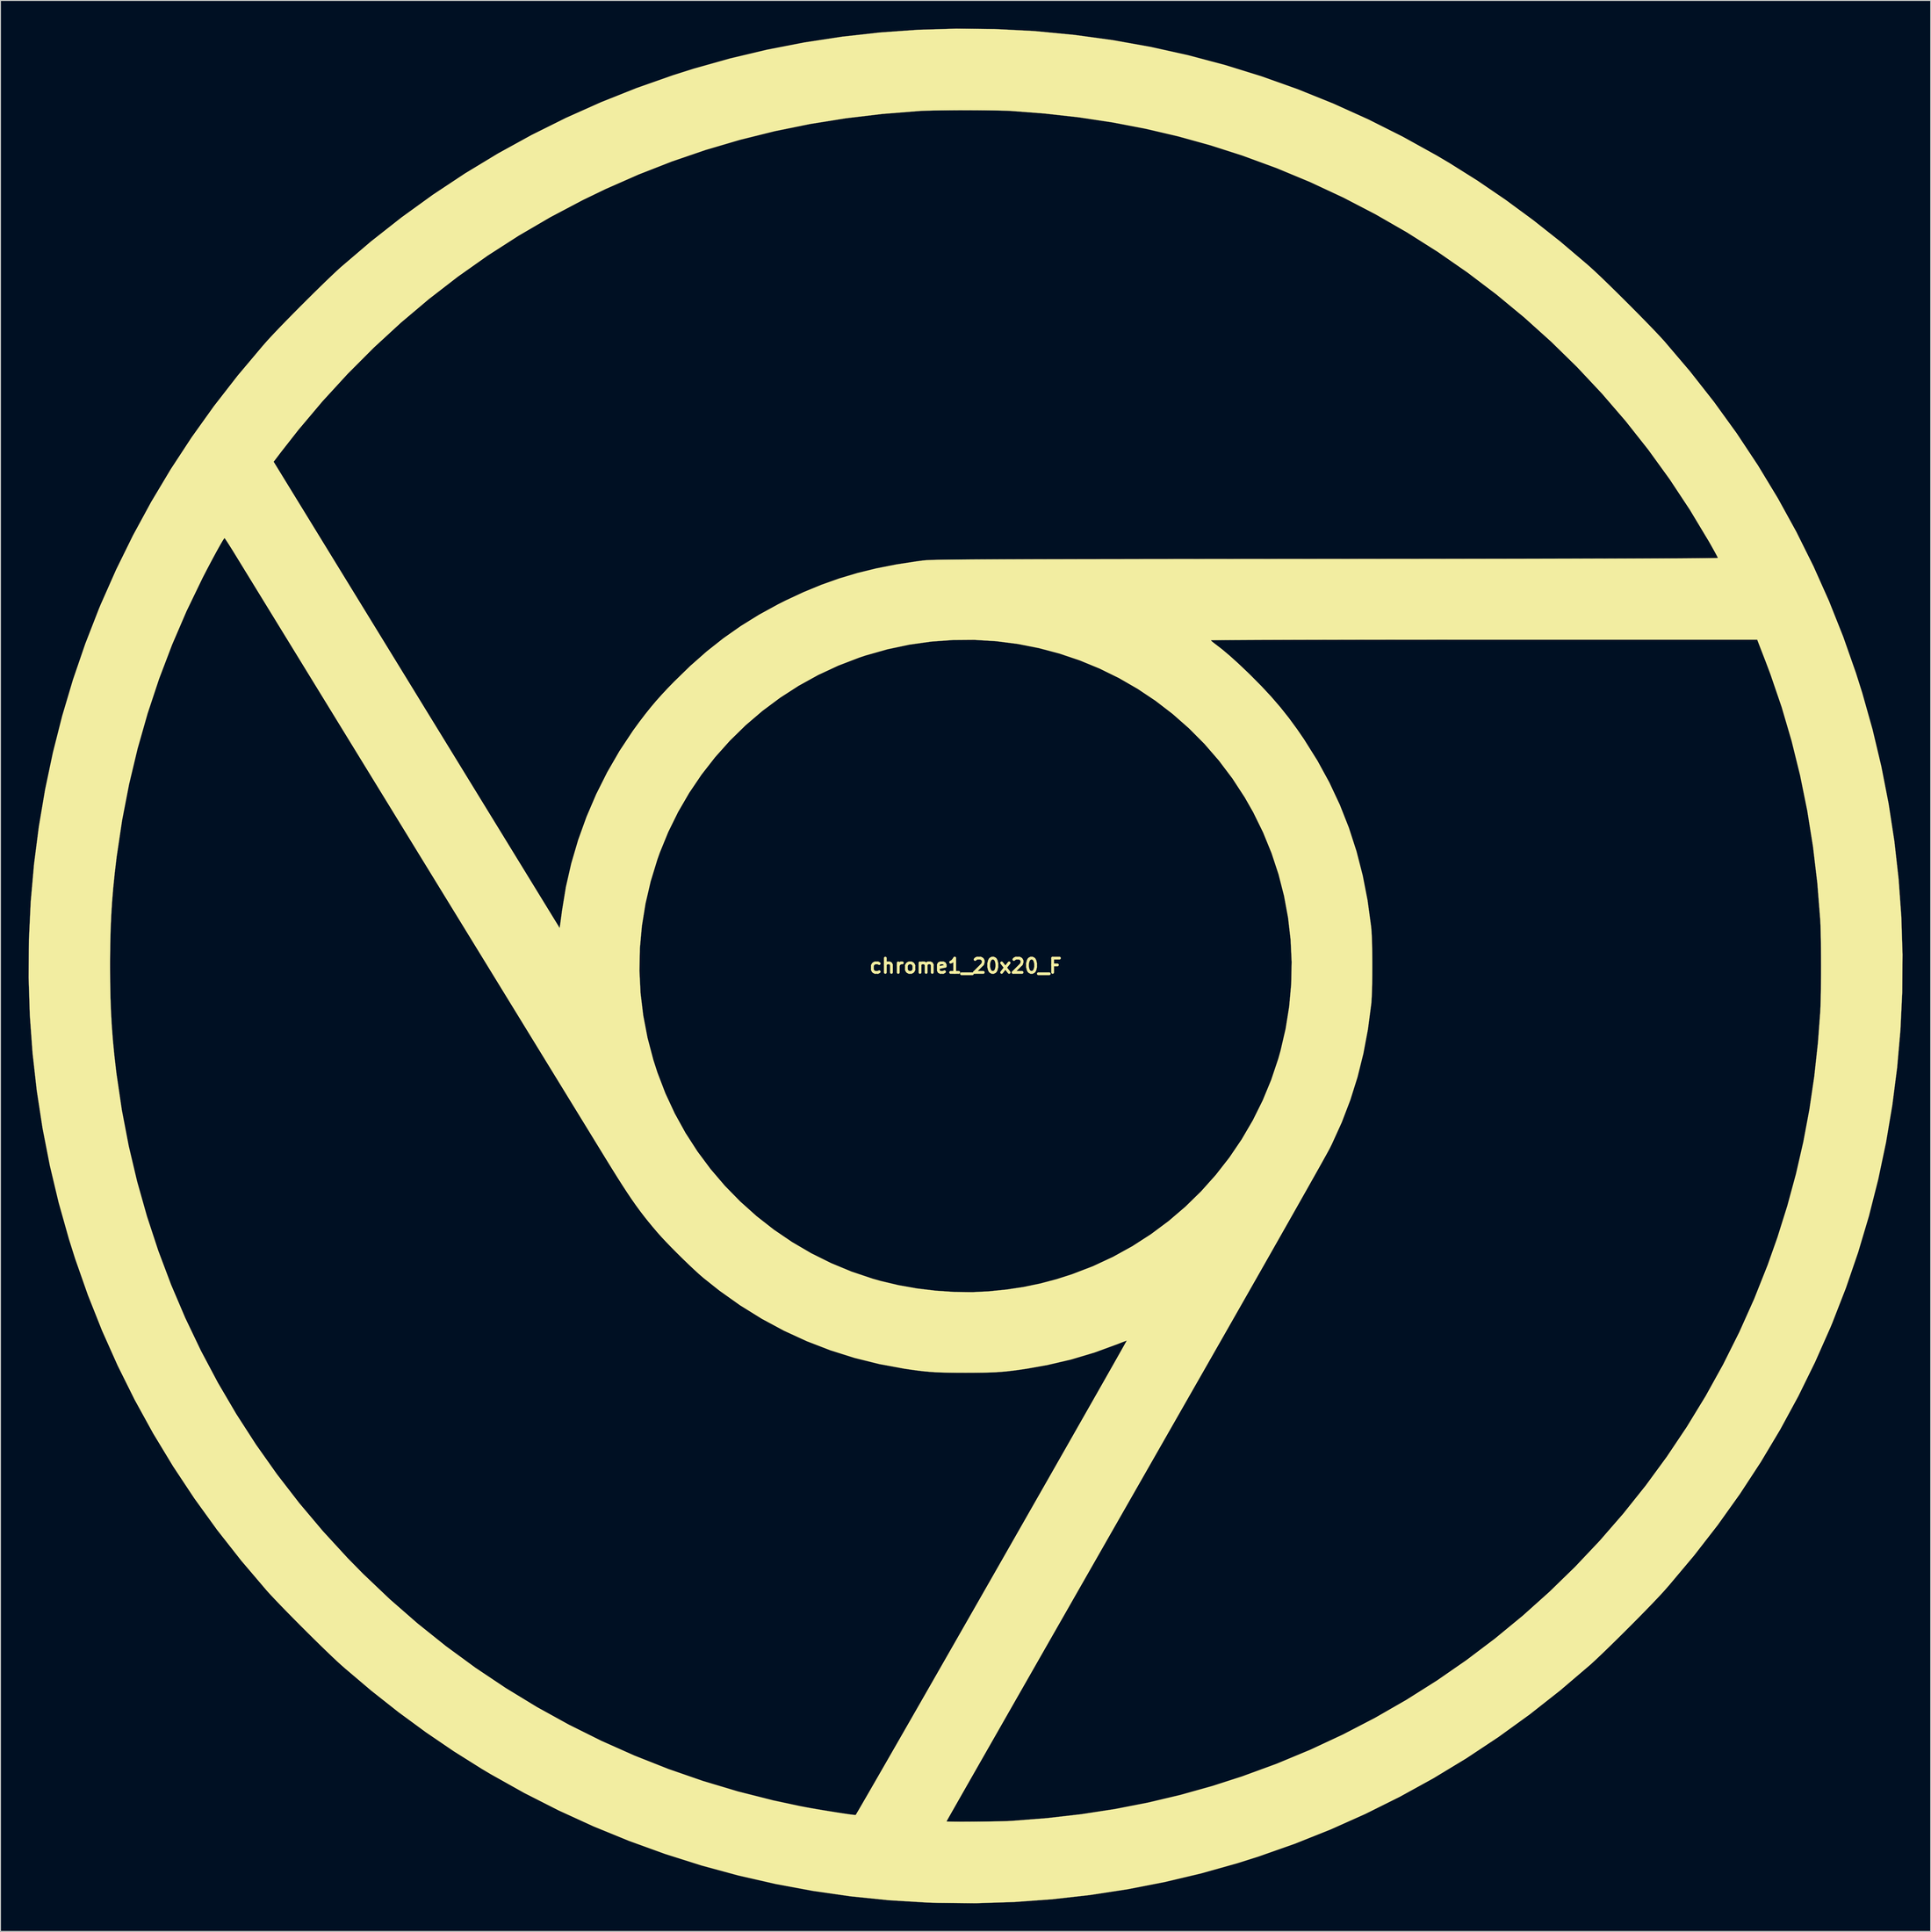
<source format=kicad_pcb>
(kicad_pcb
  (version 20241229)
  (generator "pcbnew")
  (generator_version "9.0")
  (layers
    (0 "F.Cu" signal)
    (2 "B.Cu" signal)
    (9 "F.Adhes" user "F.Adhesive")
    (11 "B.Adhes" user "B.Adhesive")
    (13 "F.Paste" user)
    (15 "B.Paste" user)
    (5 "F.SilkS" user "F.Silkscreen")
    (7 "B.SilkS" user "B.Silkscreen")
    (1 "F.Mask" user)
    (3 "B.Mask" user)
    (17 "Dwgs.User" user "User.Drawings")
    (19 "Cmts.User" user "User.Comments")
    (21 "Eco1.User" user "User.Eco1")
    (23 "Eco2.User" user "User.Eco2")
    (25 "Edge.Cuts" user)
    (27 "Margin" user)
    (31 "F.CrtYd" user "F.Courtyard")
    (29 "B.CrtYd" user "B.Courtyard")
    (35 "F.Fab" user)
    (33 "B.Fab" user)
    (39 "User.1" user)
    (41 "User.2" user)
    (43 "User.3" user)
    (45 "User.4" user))
  (footprint "chrome1_20x20_F"
    (layer "F.Cu")
    (at 99.968 99.974)
    (property "Reference" "chrome1_20x20_F" (at 0 0 0) (layer "F.SilkS") (effects (font (size 1.524 1.524) (thickness 0.3))))
    (attr through_hole)
    (fp_poly (pts (xy 3.072 -99.928) (xy 7.143 -99.721) (xy 7.535 -99.692) (xy 11.649 -99.298) (xy 15.724 -98.74) (xy 19.759 -98.018) (xy 23.75 -97.133) (xy 27.696 -96.085) (xy 31.593 -94.876) (xy 35.44 -93.506) (xy 39.233 -91.976) (xy 42.969 -90.288) (xy 46.647 -88.441) (xy 50.264 -86.437) (xy 51.604 -85.645) (xy 54.605 -83.76) (xy 57.595 -81.723) (xy 60.552 -79.55) (xy 63.453 -77.258) (xy 66.275 -74.863) (xy 66.633 -74.547) (xy 67.052 -74.166) (xy 67.569 -73.681) (xy 68.166 -73.11) (xy 68.823 -72.471) (xy 69.524 -71.783) (xy 70.25 -71.064) (xy 70.983 -70.332) (xy 71.705 -69.605) (xy 72.396 -68.901) (xy 73.041 -68.238) (xy 73.619 -67.636) (xy 74.113 -67.111) (xy 74.505 -66.682) (xy 74.549 -66.633) (xy 77.273 -63.435) (xy 79.847 -60.16) (xy 82.271 -56.808) (xy 84.543 -53.38) (xy 86.665 -49.876) (xy 88.635 -46.297) (xy 90.453 -42.644) (xy 92.119 -38.917) (xy 93.632 -35.117) (xy 94.992 -31.245) (xy 95.663 -29.125) (xy 96.764 -25.219) (xy 97.702 -21.275) (xy 98.478 -17.302) (xy 99.092 -13.304) (xy 99.543 -9.288) (xy 99.834 -5.26) (xy 99.963 -1.226) (xy 99.931 2.809) (xy 99.739 6.837) (xy 99.386 10.853) (xy 98.873 14.851) (xy 98.201 18.825) (xy 97.369 22.768) (xy 96.378 26.675) (xy 95.228 30.54) (xy 93.919 34.356) (xy 92.453 38.118) (xy 92.285 38.521) (xy 90.631 42.256) (xy 88.84 45.899) (xy 86.909 49.453) (xy 84.834 52.923) (xy 82.614 56.315) (xy 80.245 59.634) (xy 77.723 62.883) (xy 75.045 66.069) (xy 74.55 66.633) (xy 74.176 67.044) (xy 73.697 67.554) (xy 73.132 68.145) (xy 72.498 68.798) (xy 71.814 69.495) (xy 71.097 70.218) (xy 70.366 70.949) (xy 69.638 71.671) (xy 68.933 72.364) (xy 68.267 73.011) (xy 67.66 73.594) (xy 67.128 74.095) (xy 66.691 74.495) (xy 66.633 74.547) (xy 63.449 77.262) (xy 60.184 79.831) (xy 56.836 82.251) (xy 53.409 84.523) (xy 49.903 86.645) (xy 46.319 88.618) (xy 42.658 90.44) (xy 38.922 92.11) (xy 35.111 93.629) (xy 31.227 94.996) (xy 28.998 95.701) (xy 25.142 96.784) (xy 21.227 97.712) (xy 17.263 98.483) (xy 13.259 99.095) (xy 9.225 99.548) (xy 5.171 99.839) (xy 1.106 99.969) (xy -2.958 99.935) (xy -4.064 99.897) (xy -8.158 99.651) (xy -12.228 99.238) (xy -16.27 98.659) (xy -20.278 97.915) (xy -24.25 97.009) (xy -28.181 95.941) (xy -32.066 94.712) (xy -35.902 93.323) (xy -39.684 91.777) (xy -40.859 91.24) (xy -2.032 91.24) (xy -1.951 91.253) (xy -1.722 91.262) (xy -1.365 91.269) (xy -0.904 91.273) (xy -0.357 91.274) (xy 0.253 91.272) (xy 0.905 91.268) (xy 1.578 91.262) (xy 2.251 91.254) (xy 2.903 91.244) (xy 3.512 91.232) (xy 4.057 91.219) (xy 4.517 91.204) (xy 4.872 91.188) (xy 4.911 91.186) (xy 8.677 90.894) (xy 12.343 90.474) (xy 15.927 89.924) (xy 19.443 89.24) (xy 22.907 88.42) (xy 26.335 87.461) (xy 29.504 86.441) (xy 33.169 85.099) (xy 36.758 83.607) (xy 40.268 81.97) (xy 43.695 80.191) (xy 47.034 78.274) (xy 50.283 76.223) (xy 53.437 74.041) (xy 56.494 71.732) (xy 59.448 69.301) (xy 62.296 66.75) (xy 65.035 64.084) (xy 67.66 61.307) (xy 70.168 58.421) (xy 72.556 55.432) (xy 74.819 52.342) (xy 76.954 49.156) (xy 78.957 45.877) (xy 80.824 42.509) (xy 82.551 39.056) (xy 84.135 35.521) (xy 85.572 31.909) (xy 86.617 28.956) (xy 87.678 25.572) (xy 88.598 22.182) (xy 89.381 18.767) (xy 90.03 15.308) (xy 90.549 11.785) (xy 90.941 8.178) (xy 91.186 4.899) (xy 91.212 4.334) (xy 91.234 3.629) (xy 91.251 2.811) (xy 91.262 1.91) (xy 91.27 0.952) (xy 91.272 -0.033) (xy 91.269 -1.017) (xy 91.262 -1.972) (xy 91.25 -2.869) (xy 91.232 -3.68) (xy 91.211 -4.377) (xy 91.186 -4.899) (xy 90.873 -8.857) (xy 90.411 -12.75) (xy 89.799 -16.574) (xy 89.038 -20.326) (xy 88.129 -24.003) (xy 87.073 -27.601) (xy 85.87 -31.118) (xy 85.344 -32.512) (xy 85.147 -33.02) (xy 84.962 -33.498) (xy 84.801 -33.913) (xy 84.677 -34.236) (xy 84.601 -34.433) (xy 84.599 -34.438) (xy 84.461 -34.798) (xy 55.311 -34.798) (xy 53.1 -34.798) (xy 50.933 -34.797) (xy 48.816 -34.796) (xy 46.754 -34.795) (xy 44.755 -34.794) (xy 42.824 -34.792) (xy 40.967 -34.79) (xy 39.19 -34.787) (xy 37.5 -34.785) (xy 35.903 -34.782) (xy 34.405 -34.779) (xy 33.011 -34.775) (xy 31.728 -34.772) (xy 30.562 -34.768) (xy 29.52 -34.764) (xy 28.606 -34.76) (xy 27.829 -34.756) (xy 27.192 -34.751) (xy 26.703 -34.747) (xy 26.368 -34.742) (xy 26.193 -34.737) (xy 26.167 -34.734) (xy 26.233 -34.657) (xy 26.402 -34.512) (xy 26.638 -34.331) (xy 26.654 -34.319) (xy 27.379 -33.76) (xy 28.181 -33.084) (xy 29.066 -32.287) (xy 30.043 -31.362) (xy 30.425 -30.989) (xy 31.584 -29.82) (xy 32.627 -28.698) (xy 33.585 -27.586) (xy 34.491 -26.447) (xy 35.374 -25.242) (xy 36.108 -24.172) (xy 37.538 -21.893) (xy 38.811 -19.566) (xy 39.928 -17.184) (xy 40.892 -14.741) (xy 41.705 -12.231) (xy 42.369 -9.648) (xy 42.888 -6.985) (xy 43.262 -4.236) (xy 43.28 -4.064) (xy 43.316 -3.618) (xy 43.345 -3.019) (xy 43.368 -2.286) (xy 43.383 -1.434) (xy 43.391 -0.481) (xy 43.392 0) (xy 43.388 0.995) (xy 43.376 1.896) (xy 43.357 2.688) (xy 43.33 3.352) (xy 43.298 3.873) (xy 43.28 4.064) (xy 42.926 6.757) (xy 42.438 9.353) (xy 41.812 11.865) (xy 41.045 14.303) (xy 40.135 16.679) (xy 39.078 19.003) (xy 38.865 19.431) (xy 38.756 19.637) (xy 38.566 19.984) (xy 38.299 20.465) (xy 37.96 21.074) (xy 37.55 21.805) (xy 37.073 22.652) (xy 36.535 23.608) (xy 35.936 24.667) (xy 35.283 25.822) (xy 34.577 27.068) (xy 33.822 28.399) (xy 33.023 29.807) (xy 32.182 31.287) (xy 31.304 32.832) (xy 30.391 34.436) (xy 29.447 36.093) (xy 28.476 37.796) (xy 27.482 39.54) (xy 26.467 41.317) (xy 25.573 42.884) (xy 23.723 46.121) (xy 21.956 49.214) (xy 20.27 52.166) (xy 18.662 54.981) (xy 17.131 57.661) (xy 15.674 60.21) (xy 14.292 62.631) (xy 12.98 64.927) (xy 11.738 67.101) (xy 10.565 69.156) (xy 9.457 71.095) (xy 8.413 72.922) (xy 7.432 74.64) (xy 6.512 76.252) (xy 5.65 77.76) (xy 4.846 79.169) (xy 4.097 80.48) (xy 3.402 81.699) (xy 2.758 82.826) (xy 2.164 83.867) (xy 1.618 84.823) (xy 1.119 85.698) (xy 0.664 86.495) (xy 0.252 87.217) (xy -0.119 87.868) (xy -0.451 88.45) (xy -0.745 88.967) (xy -1.004 89.422) (xy -1.229 89.818) (xy -1.423 90.157) (xy -1.585 90.444) (xy -1.72 90.681) (xy -1.828 90.872) (xy -1.911 91.02) (xy -1.971 91.127) (xy -2.01 91.197) (xy -2.029 91.233) (xy -2.032 91.24) (xy -40.859 91.24) (xy -43.408 90.074) (xy -47.071 88.215) (xy -50.667 86.202) (xy -51.604 85.645) (xy -54.594 83.767) (xy -57.574 81.738) (xy -60.52 79.575) (xy -63.409 77.294) (xy -66.219 74.912) (xy -66.633 74.547) (xy -67.054 74.164) (xy -67.572 73.678) (xy -68.169 73.106) (xy -68.826 72.468) (xy -69.527 71.781) (xy -70.252 71.063) (xy -70.984 70.332) (xy -71.704 69.606) (xy -72.395 68.904) (xy -73.038 68.243) (xy -73.615 67.641) (xy -74.108 67.118) (xy -74.499 66.689) (xy -74.55 66.633) (xy -77.279 63.427) (xy -79.856 60.147) (xy -82.281 56.791) (xy -84.554 53.362) (xy -86.676 49.858) (xy -88.645 46.28) (xy -90.462 42.627) (xy -92.126 38.901) (xy -93.638 35.102) (xy -94.998 31.229) (xy -95.663 29.125) (xy -96.764 25.219) (xy -97.702 21.275) (xy -98.478 17.302) (xy -99.092 13.304) (xy -99.543 9.288) (xy -99.834 5.26) (xy -99.963 1.226) (xy -99.953 0) (xy -91.275 0) (xy -91.264 1.766) (xy -91.231 3.403) (xy -91.173 4.951) (xy -91.088 6.451) (xy -90.973 7.94) (xy -90.827 9.46) (xy -90.645 11.049) (xy -90.588 11.515) (xy -90.018 15.378) (xy -89.286 19.2) (xy -88.392 22.978) (xy -87.339 26.707) (xy -86.13 30.381) (xy -84.767 33.998) (xy -83.251 37.551) (xy -81.585 41.037) (xy -79.772 44.451) (xy -77.813 47.788) (xy -75.711 51.045) (xy -73.468 54.216) (xy -71.086 57.298) (xy -68.567 60.285) (xy -65.914 63.173) (xy -64.282 64.833) (xy -61.433 67.541) (xy -58.482 70.116) (xy -55.432 72.557) (xy -52.288 74.859) (xy -49.054 77.022) (xy -45.736 79.043) (xy -42.337 80.919) (xy -38.863 82.647) (xy -35.316 84.227) (xy -31.702 85.655) (xy -28.026 86.928) (xy -24.291 88.046) (xy -20.503 89.004) (xy -17.653 89.613) (xy -17.147 89.709) (xy -16.568 89.814) (xy -15.938 89.924) (xy -15.28 90.036) (xy -14.617 90.145) (xy -13.97 90.249) (xy -13.364 90.343) (xy -12.82 90.425) (xy -12.361 90.49) (xy -12.01 90.534) (xy -11.788 90.556) (xy -11.726 90.555) (xy -11.678 90.481) (xy -11.55 90.266) (xy -11.343 89.913) (xy -11.062 89.43) (xy -10.709 88.821) (xy -10.287 88.092) (xy -9.8 87.247) (xy -9.25 86.292) (xy -8.64 85.233) (xy -7.974 84.074) (xy -7.255 82.822) (xy -6.486 81.481) (xy -5.669 80.057) (xy -4.807 78.554) (xy -3.905 76.979) (xy -2.965 75.337) (xy -1.989 73.632) (xy -0.981 71.871) (xy 0.055 70.058) (xy 1.118 68.2) (xy 2.203 66.3) (xy 2.803 65.251) (xy 3.899 63.332) (xy 4.972 61.451) (xy 6.021 59.613) (xy 7.042 57.824) (xy 8.032 56.089) (xy 8.988 54.413) (xy 9.906 52.802) (xy 10.785 51.26) (xy 11.62 49.793) (xy 12.409 48.407) (xy 13.149 47.107) (xy 13.837 45.898) (xy 14.47 44.785) (xy 15.045 43.773) (xy 15.558 42.869) (xy 16.007 42.076) (xy 16.388 41.402) (xy 16.7 40.85) (xy 16.938 40.426) (xy 17.1 40.136) (xy 17.182 39.985) (xy 17.192 39.963) (xy 17.097 39.992) (xy 16.877 40.073) (xy 16.567 40.193) (xy 16.21 40.334) (xy 13.76 41.231) (xy 11.263 41.976) (xy 8.701 42.573) (xy 6.519 42.959) (xy 5.753 43.072) (xy 5.07 43.165) (xy 4.438 43.238) (xy 3.825 43.294) (xy 3.199 43.335) (xy 2.529 43.363) (xy 1.784 43.381) (xy 0.93 43.389) (xy 0 43.392) (xy -0.984 43.389) (xy -1.83 43.38) (xy -2.57 43.362) (xy -3.237 43.333) (xy -3.861 43.291) (xy -4.474 43.234) (xy -5.108 43.16) (xy -5.795 43.066) (xy -6.519 42.959) (xy -9.212 42.463) (xy -11.846 41.809) (xy -14.42 40.997) (xy -16.93 40.029) (xy -19.373 38.907) (xy -21.746 37.63) (xy -24.047 36.202) (xy -26.272 34.623) (xy -27.982 33.263) (xy -28.424 32.88) (xy -28.953 32.397) (xy -29.542 31.842) (xy -30.165 31.239) (xy -30.796 30.616) (xy -31.407 29.999) (xy -31.973 29.414) (xy -32.466 28.887) (xy -32.857 28.448) (xy -33.373 27.841) (xy -33.851 27.262) (xy -34.303 26.694) (xy -34.741 26.12) (xy -35.178 25.523) (xy -35.624 24.886) (xy -36.092 24.191) (xy -36.594 23.422) (xy -37.142 22.562) (xy -37.748 21.592) (xy -38.424 20.497) (xy -38.584 20.235) (xy -38.766 19.939) (xy -39.033 19.504) (xy -39.382 18.935) (xy -39.809 18.238) (xy -40.311 17.419) (xy -40.885 16.483) (xy -41.528 15.436) (xy -42.236 14.283) (xy -43.005 13.029) (xy -43.833 11.68) (xy -44.716 10.241) (xy -45.65 8.718) (xy -46.633 7.117) (xy -47.66 5.442) (xy -48.73 3.7) (xy -49.837 1.895) (xy -50.689 0.507) (xy -34.797 0.507) (xy -34.678 2.899) (xy -34.391 5.286) (xy -33.936 7.661) (xy -33.314 10.019) (xy -32.879 11.37) (xy -32.027 13.593) (xy -31.027 15.741) (xy -29.886 17.807) (xy -28.61 19.785) (xy -27.207 21.668) (xy -25.682 23.452) (xy -24.042 25.128) (xy -22.295 26.692) (xy -20.446 28.137) (xy -18.503 29.456) (xy -16.471 30.645) (xy -14.358 31.695) (xy -12.17 32.602) (xy -9.914 33.359) (xy -9.048 33.604) (xy -7.15 34.052) (xy -5.181 34.399) (xy -3.182 34.64) (xy -1.192 34.773) (xy 0.753 34.793) (xy 2.422 34.712) (xy 4.364 34.516) (xy 6.199 34.239) (xy 7.973 33.871) (xy 9.733 33.403) (xy 11.351 32.886) (xy 13.579 32.032) (xy 15.73 31.031) (xy 17.799 29.889) (xy 19.78 28.612) (xy 21.666 27.208) (xy 23.451 25.682) (xy 25.129 24.042) (xy 26.694 22.293) (xy 28.139 20.444) (xy 29.459 18.499) (xy 30.648 16.466) (xy 31.699 14.351) (xy 32.606 12.161) (xy 33.363 9.903) (xy 33.604 9.048) (xy 34.148 6.704) (xy 34.526 4.339) (xy 34.74 1.963) (xy 34.791 -0.415) (xy 34.68 -2.786) (xy 34.409 -5.142) (xy 33.979 -7.474) (xy 33.391 -9.774) (xy 32.646 -12.032) (xy 31.745 -14.239) (xy 30.691 -16.388) (xy 29.786 -17.977) (xy 28.469 -19.995) (xy 27.034 -21.897) (xy 25.489 -23.68) (xy 23.84 -25.339) (xy 22.096 -26.874) (xy 20.263 -28.282) (xy 18.349 -29.559) (xy 16.361 -30.704) (xy 14.306 -31.713) (xy 12.191 -32.584) (xy 10.024 -33.314) (xy 7.812 -33.901) (xy 5.562 -34.342) (xy 3.281 -34.634) (xy 0.977 -34.776) (xy -1.343 -34.763) (xy -3.672 -34.594) (xy -6.002 -34.266) (xy -8.327 -33.776) (xy -10.639 -33.122) (xy -11.351 -32.886) (xy -13.579 -32.032) (xy -15.733 -31.03) (xy -17.806 -29.886) (xy -19.791 -28.606) (xy -21.681 -27.198) (xy -23.471 -25.668) (xy -25.153 -24.022) (xy -26.721 -22.267) (xy -28.169 -20.41) (xy -29.49 -18.456) (xy -30.677 -16.412) (xy -31.725 -14.285) (xy -32.626 -12.082) (xy -32.879 -11.37) (xy -33.598 -9.023) (xy -34.149 -6.656) (xy -34.533 -4.276) (xy -34.749 -1.887) (xy -34.797 0.507) (xy -50.689 0.507) (xy -50.979 0.034) (xy -52.153 -1.879) (xy -53.355 -3.837) (xy -54.582 -5.836) (xy -55.83 -7.869) (xy -57.096 -9.933) (xy -58.377 -12.019) (xy -58.716 -12.573) (xy -59.991 -14.65) (xy -61.248 -16.698) (xy -62.484 -18.712) (xy -63.696 -20.686) (xy -64.88 -22.616) (xy -66.034 -24.496) (xy -67.154 -26.321) (xy -68.237 -28.086) (xy -69.28 -29.786) (xy -70.28 -31.415) (xy -71.234 -32.97) (xy -72.138 -34.443) (xy -72.99 -35.831) (xy -73.786 -37.128) (xy -74.523 -38.329) (xy -75.198 -39.428) (xy -75.808 -40.422) (xy -76.349 -41.304) (xy -76.819 -42.069) (xy -77.214 -42.713) (xy -77.531 -43.23) (xy -77.767 -43.614) (xy -77.919 -43.862) (xy -77.955 -43.921) (xy -78.252 -44.402) (xy -78.522 -44.83) (xy -78.75 -45.187) (xy -78.926 -45.451) (xy -79.035 -45.604) (xy -79.064 -45.634) (xy -79.129 -45.56) (xy -79.262 -45.353) (xy -79.453 -45.029) (xy -79.694 -44.605) (xy -79.974 -44.098) (xy -80.285 -43.524) (xy -80.617 -42.901) (xy -80.962 -42.246) (xy -81.309 -41.575) (xy -81.419 -41.36) (xy -83.117 -37.844) (xy -84.659 -34.262) (xy -86.046 -30.619) (xy -87.273 -26.92) (xy -88.341 -23.172) (xy -89.247 -19.379) (xy -89.989 -15.547) (xy -90.567 -11.682) (xy -90.588 -11.515) (xy -90.779 -9.899) (xy -90.935 -8.363) (xy -91.059 -6.869) (xy -91.152 -5.377) (xy -91.217 -3.846) (xy -91.257 -2.238) (xy -91.274 -0.513) (xy -91.275 0) (xy -99.953 0) (xy -99.931 -2.809) (xy -99.739 -6.837) (xy -99.386 -10.853) (xy -98.873 -14.851) (xy -98.201 -18.825) (xy -97.369 -22.768) (xy -96.378 -26.675) (xy -95.228 -30.54) (xy -93.919 -34.356) (xy -92.453 -38.118) (xy -92.285 -38.521) (xy -90.625 -42.269) (xy -88.825 -45.925) (xy -86.885 -49.493) (xy -84.801 -52.976) (xy -84.278 -53.774) (xy -73.823 -53.774) (xy -61.753 -34.105) (xy -60.681 -32.359) (xy -59.611 -30.615) (xy -58.547 -28.881) (xy -57.494 -27.164) (xy -56.456 -25.474) (xy -55.44 -23.818) (xy -54.449 -22.203) (xy -53.49 -20.64) (xy -52.566 -19.134) (xy -51.683 -17.695) (xy -50.846 -16.33) (xy -50.059 -15.049) (xy -49.328 -13.858) (xy -48.658 -12.765) (xy -48.054 -11.78) (xy -47.52 -10.91) (xy -47.061 -10.163) (xy -46.684 -9.547) (xy -46.495 -9.239) (xy -43.307 -4.043) (xy -43.252 -4.413) (xy -43.22 -4.641) (xy -43.173 -4.989) (xy -43.116 -5.412) (xy -43.057 -5.864) (xy -43.055 -5.884) (xy -42.641 -8.419) (xy -42.064 -10.944) (xy -41.329 -13.444) (xy -40.441 -15.906) (xy -39.407 -18.317) (xy -38.23 -20.663) (xy -36.918 -22.931) (xy -35.475 -25.106) (xy -34.797 -26.035) (xy -34.176 -26.848) (xy -33.596 -27.574) (xy -33.023 -28.254) (xy -32.421 -28.929) (xy -31.756 -29.64) (xy -31.117 -30.298) (xy -29.372 -31.998) (xy -27.616 -33.546) (xy -25.824 -34.96) (xy -23.973 -36.258) (xy -22.039 -37.457) (xy -19.997 -38.575) (xy -19.177 -38.987) (xy -17.264 -39.878) (xy -15.369 -40.657) (xy -13.465 -41.332) (xy -11.522 -41.912) (xy -9.514 -42.404) (xy -7.411 -42.817) (xy -5.186 -43.16) (xy -4.563 -43.241) (xy -4.468 -43.251) (xy -4.358 -43.262) (xy -4.227 -43.272) (xy -4.072 -43.281) (xy -3.888 -43.29) (xy -3.67 -43.298) (xy -3.415 -43.306) (xy -3.117 -43.313) (xy -2.772 -43.32) (xy -2.376 -43.327) (xy -1.924 -43.333) (xy -1.412 -43.339) (xy -0.835 -43.344) (xy -0.189 -43.349) (xy 0.532 -43.354) (xy 1.33 -43.358) (xy 2.211 -43.362) (xy 3.179 -43.366) (xy 4.239 -43.37) (xy 5.395 -43.373) (xy 6.652 -43.377) (xy 8.014 -43.38) (xy 9.485 -43.382) (xy 11.071 -43.385) (xy 12.775 -43.388) (xy 14.602 -43.39) (xy 16.556 -43.392) (xy 18.643 -43.395) (xy 20.866 -43.397) (xy 23.23 -43.399) (xy 25.739 -43.401) (xy 28.399 -43.403) (xy 31.212 -43.405) (xy 34.185 -43.407) (xy 37.321 -43.409) (xy 38.417 -43.41) (xy 41.87 -43.412) (xy 45.183 -43.415) (xy 48.357 -43.417) (xy 51.389 -43.42) (xy 54.278 -43.424) (xy 57.023 -43.427) (xy 59.623 -43.431) (xy 62.075 -43.435) (xy 64.379 -43.439) (xy 66.533 -43.444) (xy 68.535 -43.448) (xy 70.386 -43.453) (xy 72.082 -43.458) (xy 73.622 -43.463) (xy 75.006 -43.469) (xy 76.232 -43.474) (xy 77.298 -43.48) (xy 78.203 -43.486) (xy 78.945 -43.492) (xy 79.524 -43.499) (xy 79.938 -43.505) (xy 80.185 -43.512) (xy 80.264 -43.518) (xy 80.224 -43.612) (xy 80.11 -43.831) (xy 79.936 -44.153) (xy 79.712 -44.556) (xy 79.451 -45.019) (xy 79.293 -45.295) (xy 77.273 -48.654) (xy 75.118 -51.912) (xy 72.833 -55.067) (xy 70.422 -58.116) (xy 67.889 -61.053) (xy 65.238 -63.877) (xy 62.473 -66.584) (xy 59.599 -69.17) (xy 56.62 -71.632) (xy 53.54 -73.966) (xy 50.363 -76.169) (xy 47.093 -78.238) (xy 43.734 -80.169) (xy 40.292 -81.958) (xy 36.769 -83.602) (xy 33.17 -85.098) (xy 29.504 -86.441) (xy 26.095 -87.533) (xy 22.665 -88.483) (xy 19.197 -89.293) (xy 15.677 -89.967) (xy 12.089 -90.508) (xy 8.415 -90.918) (xy 4.911 -91.186) (xy 4.398 -91.21) (xy 3.742 -91.23) (xy 2.972 -91.245) (xy 2.114 -91.257) (xy 1.194 -91.264) (xy 0.241 -91.267) (xy -0.719 -91.266) (xy -1.659 -91.261) (xy -2.551 -91.252) (xy -3.369 -91.238) (xy -4.085 -91.22) (xy -4.673 -91.198) (xy -4.911 -91.186) (xy -8.891 -90.87) (xy -12.793 -90.406) (xy -16.622 -89.792) (xy -20.385 -89.026) (xy -24.087 -88.106) (xy -27.734 -87.032) (xy -31.331 -85.802) (xy -34.884 -84.414) (xy -38.399 -82.867) (xy -40.833 -81.692) (xy -44.307 -79.858) (xy -47.688 -77.884) (xy -50.975 -75.771) (xy -54.164 -73.519) (xy -57.255 -71.131) (xy -60.246 -68.607) (xy -63.135 -65.949) (xy -65.92 -63.158) (xy -68.601 -60.237) (xy -71.175 -57.185) (xy -73.007 -54.848) (xy -73.823 -53.774) (xy -84.278 -53.774) (xy -82.57 -56.38) (xy -80.19 -59.708) (xy -77.659 -62.963) (xy -74.973 -66.151) (xy -74.549 -66.633) (xy -74.172 -67.047) (xy -73.69 -67.561) (xy -73.122 -68.154) (xy -72.486 -68.809) (xy -71.799 -69.509) (xy -71.081 -70.234) (xy -70.348 -70.966) (xy -69.621 -71.688) (xy -68.915 -72.381) (xy -68.25 -73.028) (xy -67.645 -73.609) (xy -67.116 -74.107) (xy -66.682 -74.503) (xy -66.633 -74.547) (xy -63.446 -77.265) (xy -60.178 -79.835) (xy -56.829 -82.256) (xy -53.401 -84.528) (xy -49.895 -86.65) (xy -46.311 -88.622) (xy -42.65 -90.444) (xy -38.914 -92.114) (xy -35.104 -93.632) (xy -31.219 -94.998) (xy -28.998 -95.701) (xy -25.114 -96.792) (xy -21.178 -97.725) (xy -17.198 -98.498) (xy -13.182 -99.109) (xy -9.139 -99.559) (xy -5.077 -99.846) (xy -1.004 -99.969) (xy 3.072 -99.928)) (stroke (width 0.01) (type solid)) (fill yes) (layer "F.SilkS")))
  (gr_rect
    (start -3 -3)
    (end 202.936 202.948)
    (stroke (width 0.1) (type default))
    (fill no)
    (layer "Edge.Cuts")))
</source>
